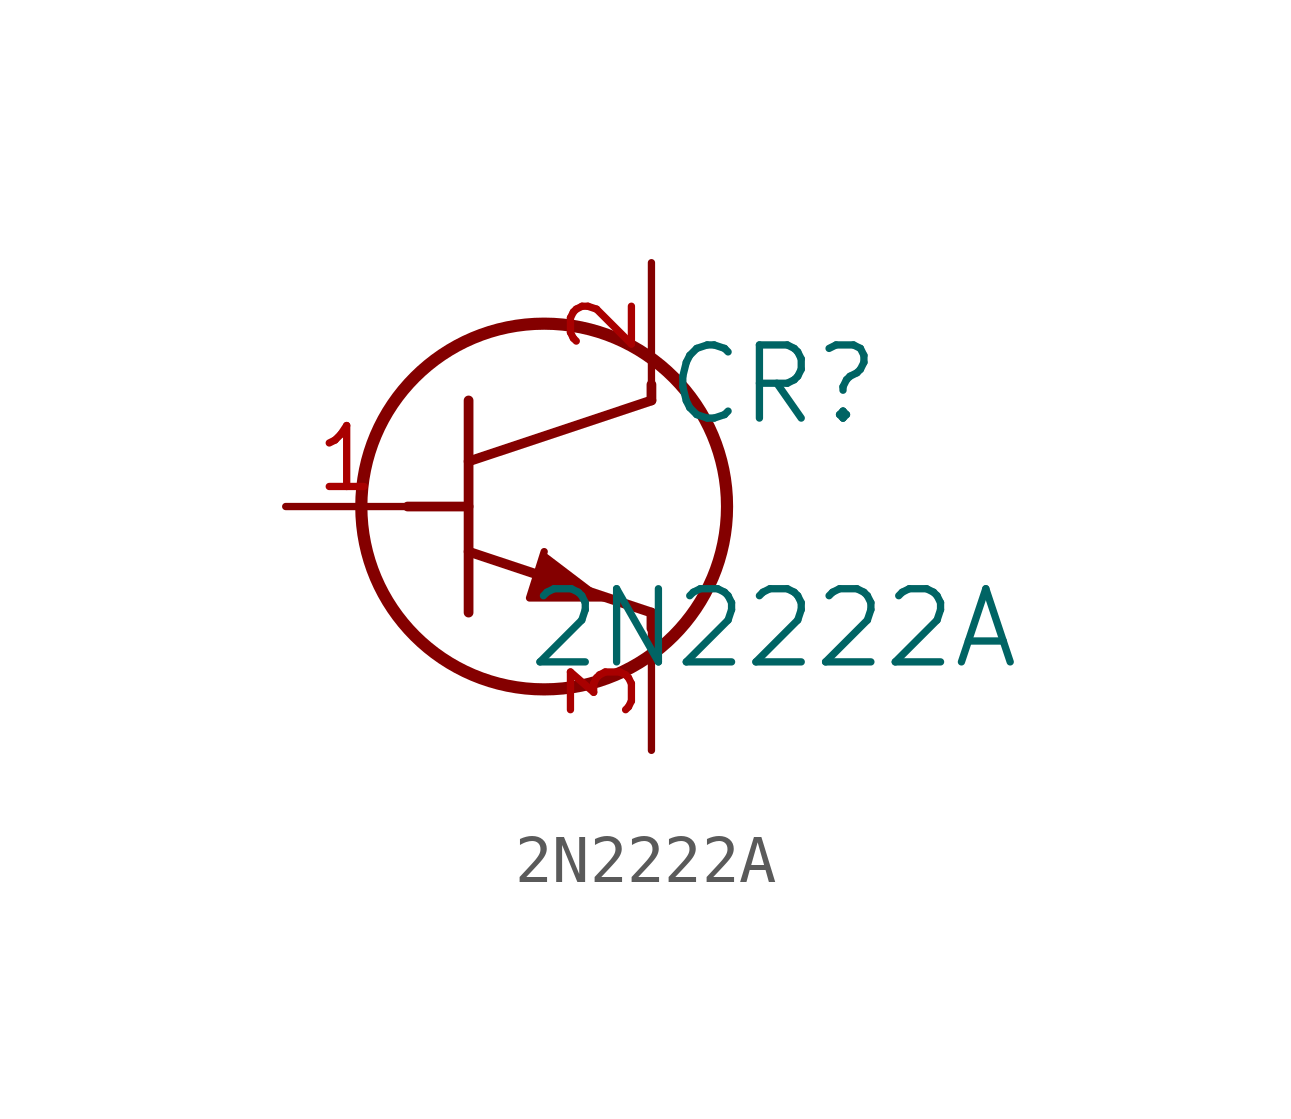
<source format=kicad_sym>
(kicad_symbol_lib
  (version 20211014)
  (generator kicad_symbol_editor)
  (symbol "2N2222A"
    (pin_names
      (offset 0.254))
    (property "Reference" "CR"
      (at 10.16 2.54 0)
      (effects (font (size 1.524 1.524))))
    (property "Value" "2N2222A"
      (at 10.16 -2.54 0)
      (effects (font (size 1.524 1.524))))
    (symbol "2N2222A_0_1"
      (circle (center 5.385 0) (radius 3.81) (stroke (width 0.254) (type default) (color 0 0 0 0)) (fill (type none)))
      (polyline (pts (xy 3.81 -2.21) (xy 3.81 2.21)) (stroke (width 0.203) (type default) (color 0 0 0 0)) (fill (type none)))
      (polyline (pts (xy 3.81 0.94) (xy 7.62 2.21)) (stroke (width 0.203) (type default) (color 0 0 0 0)) (fill (type none)))
      (polyline (pts (xy 3.81 -0.94) (xy 7.62 -2.21)) (stroke (width 0.203) (type default) (color 0 0 0 0)) (fill (type none)))
      (polyline (pts (xy 7.62 -2.54) (xy 7.62 -2.21)) (stroke (width 0.203) (type default) (color 0 0 0 0)) (fill (type none)))
      (polyline (pts (xy 7.62 2.21) (xy 7.62 2.54)) (stroke (width 0.203) (type default) (color 0 0 0 0)) (fill (type none)))
      (polyline (pts (xy 2.54 0) (xy 3.81 0)) (stroke (width 0.203) (type default) (color 0 0 0 0)) (fill (type none)))
      (polyline (pts (xy 5.385 -0.94) (xy 5.08 -1.905) (xy 6.655 -1.905)) (stroke (width 0) (type default) (color 0 0 0 0)) (fill (type outline)))
      (pin unspecified line (at 0 0 0) (length 2.54) (name "" (effects (font (size 1.27 1.27)))) (number "1" (effects (font (size 1.27 1.27)))))
      (pin unspecified line (at 7.62 5.08 270) (length 2.54) (name "" (effects (font (size 1.27 1.27)))) (number "2" (effects (font (size 1.27 1.27)))))
      (pin unspecified line (at 7.62 -5.08 90) (length 2.54) (name "" (effects (font (size 1.27 1.27)))) (number "3" (effects (font (size 1.27 1.27))))))))
</source>
